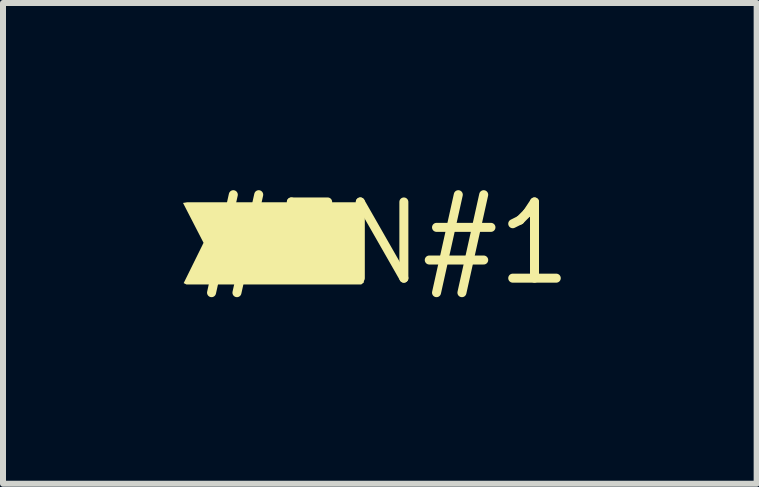
<source format=kicad_pcb>
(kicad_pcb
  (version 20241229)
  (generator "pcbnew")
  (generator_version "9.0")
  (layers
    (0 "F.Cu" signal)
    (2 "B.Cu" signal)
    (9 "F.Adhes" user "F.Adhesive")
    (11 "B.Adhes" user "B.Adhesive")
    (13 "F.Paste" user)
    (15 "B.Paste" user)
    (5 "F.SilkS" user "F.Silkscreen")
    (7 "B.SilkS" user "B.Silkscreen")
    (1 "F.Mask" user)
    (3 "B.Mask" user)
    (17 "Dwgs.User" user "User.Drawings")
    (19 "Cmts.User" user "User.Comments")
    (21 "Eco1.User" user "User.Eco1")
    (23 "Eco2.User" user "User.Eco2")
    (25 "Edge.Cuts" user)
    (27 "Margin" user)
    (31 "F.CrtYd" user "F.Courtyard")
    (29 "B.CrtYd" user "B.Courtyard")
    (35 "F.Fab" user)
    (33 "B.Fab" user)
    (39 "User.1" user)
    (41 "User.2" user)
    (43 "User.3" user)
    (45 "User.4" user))
  (footprint "#EN#1"
    (layer "F.Cu")
    (at 3.348 1.006)
    (property "Reference" "#EN#1" (at 0 0 0) (layer "F.SilkS") (effects (font (size 1.27 1.27) (thickness 0.15))))
    (fp_poly (pts (xy -0.335 -0.631) (xy -0.335 0.652) (xy -0.378 0.685) (xy -3.291 0.685) (xy -3.337 0.662) (xy -3.034 0.048) (xy -3.006 -0.01) (xy -3.348 -0.674) (xy -3.28 -0.685) (xy -0.357 -0.685)) (stroke (width 0) (type solid)) (fill yes) (layer "F.SilkS")))
  (gr_rect
    (start -3 -3)
    (end 9.56 5.012)
    (stroke (width 0.1) (type default))
    (fill no)
    (layer "Edge.Cuts")))
</source>
